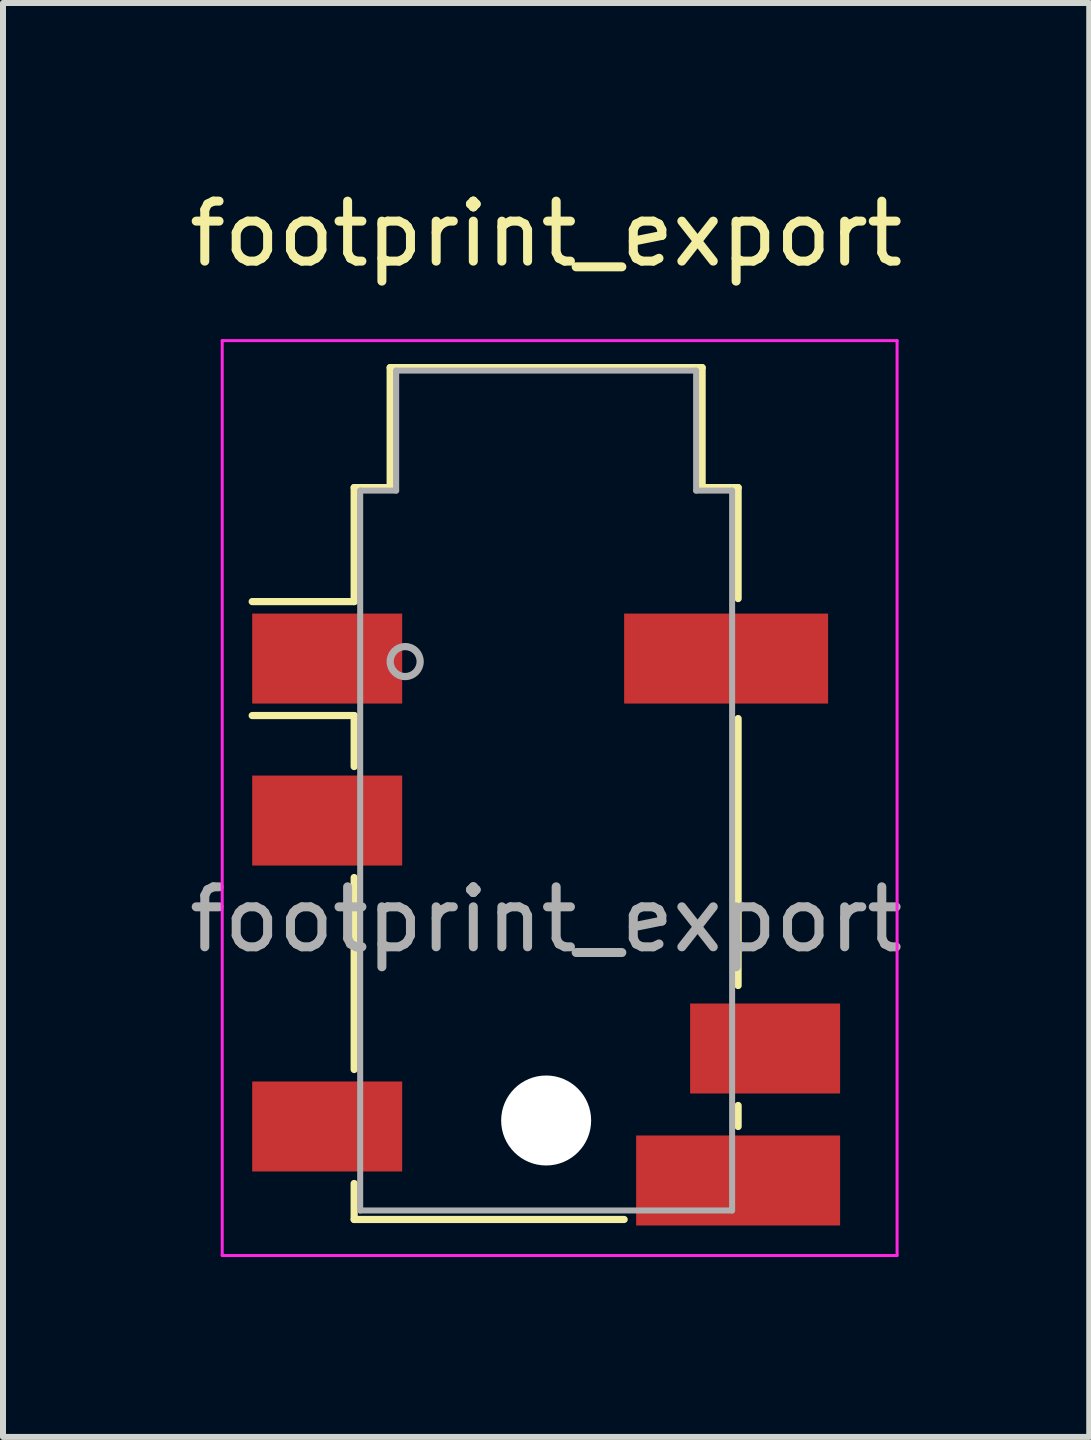
<source format=kicad_pcb>
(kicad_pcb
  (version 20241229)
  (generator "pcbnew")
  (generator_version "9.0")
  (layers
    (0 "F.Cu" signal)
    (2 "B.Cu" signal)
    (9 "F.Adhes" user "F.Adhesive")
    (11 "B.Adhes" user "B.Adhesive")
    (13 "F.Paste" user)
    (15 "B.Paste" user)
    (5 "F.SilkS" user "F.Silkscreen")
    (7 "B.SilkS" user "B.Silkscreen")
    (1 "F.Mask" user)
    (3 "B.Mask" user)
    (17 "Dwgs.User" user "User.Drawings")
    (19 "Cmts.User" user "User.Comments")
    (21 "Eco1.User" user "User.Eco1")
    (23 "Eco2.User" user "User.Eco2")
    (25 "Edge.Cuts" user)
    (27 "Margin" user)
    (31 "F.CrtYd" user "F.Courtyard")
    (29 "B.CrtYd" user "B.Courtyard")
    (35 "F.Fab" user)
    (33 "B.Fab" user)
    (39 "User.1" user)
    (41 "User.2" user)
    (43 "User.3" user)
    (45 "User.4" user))
  (footprint "footprint_export"
    (layer "F.Cu")
    (at 6.054 12.278)
    (property "Reference" "footprint_export" (at 0 -11.43 0) (layer "F.SilkS") (effects (font (size 1 1) (thickness 0.15))))
    (attr smd)
    (fp_line (start -4.9 -3.4) (end -3.2 -3.4) (stroke (width 0.12) (type solid)) (layer "F.SilkS"))
    (fp_line (start -3.2 -7.2) (end -2.6 -7.2) (stroke (width 0.12) (type solid)) (layer "F.SilkS"))
    (fp_line (start -3.2 -5.3) (end -4.9 -5.3) (stroke (width 0.12) (type solid)) (layer "F.SilkS"))
    (fp_line (start -3.2 -5.3) (end -3.2 -7.2) (stroke (width 0.12) (type solid)) (layer "F.SilkS"))
    (fp_line (start -3.2 -2.55) (end -3.2 -3.4) (stroke (width 0.12) (type solid)) (layer "F.SilkS"))
    (fp_line (start -3.2 2.5) (end -3.2 -0.7) (stroke (width 0.12) (type solid)) (layer "F.SilkS"))
    (fp_line (start -3.2 5) (end -3.2 4.4) (stroke (width 0.12) (type solid)) (layer "F.SilkS"))
    (fp_line (start -2.6 -9.2) (end 2.6 -9.2) (stroke (width 0.12) (type solid)) (layer "F.SilkS"))
    (fp_line (start -2.6 -7.2) (end -2.6 -9.2) (stroke (width 0.12) (type solid)) (layer "F.SilkS"))
    (fp_line (start 1.3 5) (end -3.2 5) (stroke (width 0.12) (type solid)) (layer "F.SilkS"))
    (fp_line (start 2.6 -9.2) (end 2.6 -7.2) (stroke (width 0.12) (type solid)) (layer "F.SilkS"))
    (fp_line (start 2.6 -7.2) (end 3.2 -7.2) (stroke (width 0.12) (type solid)) (layer "F.SilkS"))
    (fp_line (start 3.2 -7.2) (end 3.2 -5.35) (stroke (width 0.12) (type solid)) (layer "F.SilkS"))
    (fp_line (start 3.2 -3.35) (end 3.2 1.1) (stroke (width 0.12) (type solid)) (layer "F.SilkS"))
    (fp_line (start 3.2 3.1) (end 3.2 3.45) (stroke (width 0.12) (type solid)) (layer "F.SilkS"))
    (fp_line (start -5.4 -9.65) (end -5.4 5.6) (stroke (width 0.05) (type solid)) (layer "F.CrtYd"))
    (fp_line (start -5.4 -9.65) (end 5.85 -9.65) (stroke (width 0.05) (type solid)) (layer "F.CrtYd"))
    (fp_line (start 5.85 5.6) (end -5.4 5.6) (stroke (width 0.05) (type solid)) (layer "F.CrtYd"))
    (fp_line (start 5.85 5.6) (end 5.85 -9.65) (stroke (width 0.05) (type solid)) (layer "F.CrtYd"))
    (fp_line (start -3.1 -7.15) (end -3.1 4.85) (stroke (width 0.1) (type solid)) (layer "F.Fab"))
    (fp_line (start -2.5 -9.15) (end -2.5 -7.15) (stroke (width 0.1) (type solid)) (layer "F.Fab"))
    (fp_line (start -2.5 -7.15) (end -3.1 -7.15) (stroke (width 0.1) (type solid)) (layer "F.Fab"))
    (fp_line (start 2.5 -9.15) (end -2.5 -9.15) (stroke (width 0.1) (type solid)) (layer "F.Fab"))
    (fp_line (start 2.5 -7.15) (end 2.5 -9.15) (stroke (width 0.1) (type solid)) (layer "F.Fab"))
    (fp_line (start 2.5 -7.15) (end 3.1 -7.15) (stroke (width 0.1) (type solid)) (layer "F.Fab"))
    (fp_line (start 3.1 -7.15) (end 3.1 4.85) (stroke (width 0.1) (type solid)) (layer "F.Fab"))
    (fp_line (start 3.1 4.85) (end -3.1 4.85) (stroke (width 0.1) (type solid)) (layer "F.Fab"))
    (fp_circle (center -2.35 -4.3) (end -2.1 -4.3) (stroke (width 0.12) (type solid)) (fill no) (layer "F.Fab"))
    (fp_text user "${REFERENCE}" (at 0 0 0) (layer "F.Fab") (effects (font (size 1 1) (thickness 0.15))))
    (pad "" np_thru_hole circle (at 0 3.35) (size 1.5 1.5) (drill 1.5) (layers "*.Cu" "*.Mask"))
    (pad "R1" smd rect (at -3.65 -1.65) (size 2.5 1.5) (layers "F.Cu" "F.Mask" "F.Paste"))
    (pad "R1N" smd rect (at -3.65 3.45) (size 2.5 1.5) (layers "F.Cu" "F.Mask" "F.Paste"))
    (pad "R2" smd rect (at 3 -4.35) (size 3.4 1.5) (layers "F.Cu" "F.Mask" "F.Paste"))
    (pad "S" smd rect (at -3.65 -4.35) (size 2.5 1.5) (layers "F.Cu" "F.Mask" "F.Paste"))
    (pad "T" smd rect (at 3.65 2.15) (size 2.5 1.5) (layers "F.Cu" "F.Mask" "F.Paste"))
    (pad "TN" smd rect (at 3.2 4.35) (size 3.4 1.5) (layers "F.Cu" "F.Mask" "F.Paste")))
  (gr_rect
    (start -3 -3)
    (end 15.107 20.903)
    (stroke (width 0.1) (type default))
    (fill no)
    (layer "Edge.Cuts")))
</source>
